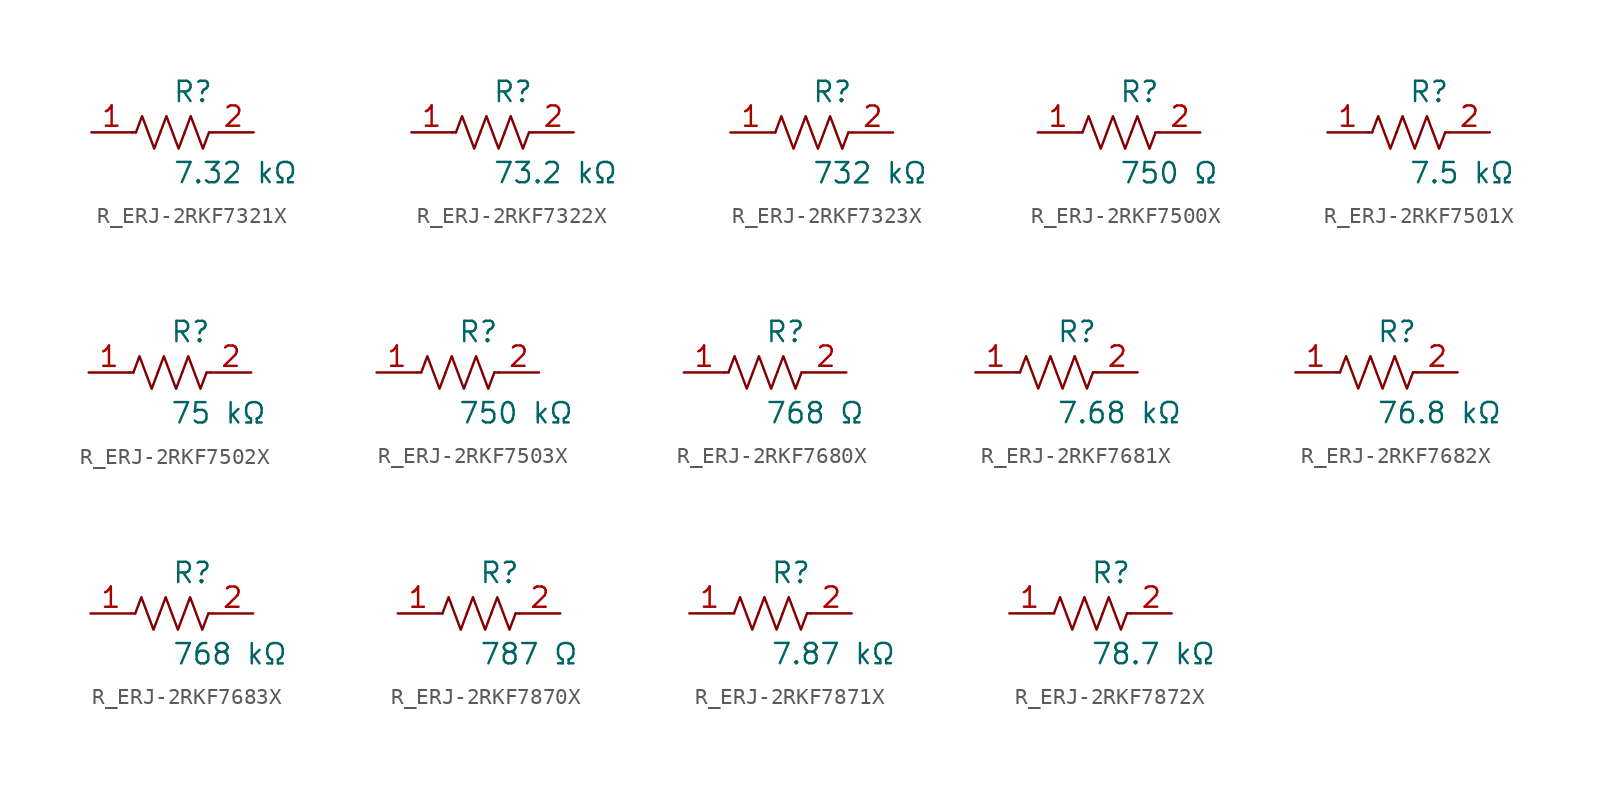
<source format=kicad_sym>
(kicad_symbol_lib
  (version 20231120)
  (generator kicad_symbol_editor)
  (generator_version 8.0)
  (symbol "R_ERJ-2RKF7321X"
    (pin_names
      (offset 0.254))
    (property "Reference" "R"
      (at 0 2.54 0)
      (effects (font (size 1.27 1.27)) (justify left)))
    (property "Value" "7.32 kΩ"
      (at 0 -2.54 0)
      (effects (font (size 1.27 1.27)) (justify left)))
    (symbol "R_ERJ-2RKF7321X_0_1"
      (polyline (pts (xy 2.286 0) (xy 2.54 0)) (stroke (width 0) (type default)) (fill (type none)))
      (polyline (pts (xy -2.286 0) (xy -2.54 0)) (stroke (width 0) (type default)) (fill (type none)))
      (polyline (pts (xy 0.762 0) (xy 1.143 1.016) (xy 1.524 0) (xy 1.905 -1.016) (xy 2.286 0)) (stroke (width 0) (type default)) (fill (type none)))
      (polyline (pts (xy -0.762 0) (xy -0.381 1.016) (xy 0 0) (xy 0.381 -1.016) (xy 0.762 0)) (stroke (width 0) (type default)) (fill (type none)))
      (polyline (pts (xy -2.286 0) (xy -1.905 1.016) (xy -1.524 0) (xy -1.143 -1.016) (xy -0.762 0)) (stroke (width 0) (type default)) (fill (type none))))
    (pin passive line
      (at -5.08 0 0)
      (length 2.54)
      (name "" (effects (font (size 1.27 1.27))))
      (number "1" (effects (font (size 1.27 1.27)))))
    (pin passive line
      (at 5.08 0 180)
      (length 2.54)
      (name "" (effects (font (size 1.27 1.27))))
      (number "2" (effects (font (size 1.27 1.27))))))
  (symbol "R_ERJ-2RKF7322X"
    (pin_names
      (offset 0.254))
    (property "Reference" "R"
      (at 0 2.54 0)
      (effects (font (size 1.27 1.27)) (justify left)))
    (property "Value" "73.2 kΩ"
      (at 0 -2.54 0)
      (effects (font (size 1.27 1.27)) (justify left)))
    (symbol "R_ERJ-2RKF7322X_0_1"
      (polyline (pts (xy 2.286 0) (xy 2.54 0)) (stroke (width 0) (type default)) (fill (type none)))
      (polyline (pts (xy -2.286 0) (xy -2.54 0)) (stroke (width 0) (type default)) (fill (type none)))
      (polyline (pts (xy 0.762 0) (xy 1.143 1.016) (xy 1.524 0) (xy 1.905 -1.016) (xy 2.286 0)) (stroke (width 0) (type default)) (fill (type none)))
      (polyline (pts (xy -0.762 0) (xy -0.381 1.016) (xy 0 0) (xy 0.381 -1.016) (xy 0.762 0)) (stroke (width 0) (type default)) (fill (type none)))
      (polyline (pts (xy -2.286 0) (xy -1.905 1.016) (xy -1.524 0) (xy -1.143 -1.016) (xy -0.762 0)) (stroke (width 0) (type default)) (fill (type none))))
    (pin passive line
      (at -5.08 0 0)
      (length 2.54)
      (name "" (effects (font (size 1.27 1.27))))
      (number "1" (effects (font (size 1.27 1.27)))))
    (pin passive line
      (at 5.08 0 180)
      (length 2.54)
      (name "" (effects (font (size 1.27 1.27))))
      (number "2" (effects (font (size 1.27 1.27))))))
  (symbol "R_ERJ-2RKF7323X"
    (pin_names
      (offset 0.254))
    (property "Reference" "R"
      (at 0 2.54 0)
      (effects (font (size 1.27 1.27)) (justify left)))
    (property "Value" "732 kΩ"
      (at 0 -2.54 0)
      (effects (font (size 1.27 1.27)) (justify left)))
    (symbol "R_ERJ-2RKF7323X_0_1"
      (polyline (pts (xy 2.286 0) (xy 2.54 0)) (stroke (width 0) (type default)) (fill (type none)))
      (polyline (pts (xy -2.286 0) (xy -2.54 0)) (stroke (width 0) (type default)) (fill (type none)))
      (polyline (pts (xy 0.762 0) (xy 1.143 1.016) (xy 1.524 0) (xy 1.905 -1.016) (xy 2.286 0)) (stroke (width 0) (type default)) (fill (type none)))
      (polyline (pts (xy -0.762 0) (xy -0.381 1.016) (xy 0 0) (xy 0.381 -1.016) (xy 0.762 0)) (stroke (width 0) (type default)) (fill (type none)))
      (polyline (pts (xy -2.286 0) (xy -1.905 1.016) (xy -1.524 0) (xy -1.143 -1.016) (xy -0.762 0)) (stroke (width 0) (type default)) (fill (type none))))
    (pin passive line
      (at -5.08 0 0)
      (length 2.54)
      (name "" (effects (font (size 1.27 1.27))))
      (number "1" (effects (font (size 1.27 1.27)))))
    (pin passive line
      (at 5.08 0 180)
      (length 2.54)
      (name "" (effects (font (size 1.27 1.27))))
      (number "2" (effects (font (size 1.27 1.27))))))
  (symbol "R_ERJ-2RKF7500X"
    (pin_names
      (offset 0.254))
    (property "Reference" "R"
      (at 0 2.54 0)
      (effects (font (size 1.27 1.27)) (justify left)))
    (property "Value" "750 Ω"
      (at 0 -2.54 0)
      (effects (font (size 1.27 1.27)) (justify left)))
    (symbol "R_ERJ-2RKF7500X_0_1"
      (polyline (pts (xy 2.286 0) (xy 2.54 0)) (stroke (width 0) (type default)) (fill (type none)))
      (polyline (pts (xy -2.286 0) (xy -2.54 0)) (stroke (width 0) (type default)) (fill (type none)))
      (polyline (pts (xy 0.762 0) (xy 1.143 1.016) (xy 1.524 0) (xy 1.905 -1.016) (xy 2.286 0)) (stroke (width 0) (type default)) (fill (type none)))
      (polyline (pts (xy -0.762 0) (xy -0.381 1.016) (xy 0 0) (xy 0.381 -1.016) (xy 0.762 0)) (stroke (width 0) (type default)) (fill (type none)))
      (polyline (pts (xy -2.286 0) (xy -1.905 1.016) (xy -1.524 0) (xy -1.143 -1.016) (xy -0.762 0)) (stroke (width 0) (type default)) (fill (type none))))
    (pin passive line
      (at -5.08 0 0)
      (length 2.54)
      (name "" (effects (font (size 1.27 1.27))))
      (number "1" (effects (font (size 1.27 1.27)))))
    (pin passive line
      (at 5.08 0 180)
      (length 2.54)
      (name "" (effects (font (size 1.27 1.27))))
      (number "2" (effects (font (size 1.27 1.27))))))
  (symbol "R_ERJ-2RKF7501X"
    (pin_names
      (offset 0.254))
    (property "Reference" "R"
      (at 0 2.54 0)
      (effects (font (size 1.27 1.27)) (justify left)))
    (property "Value" "7.5 kΩ"
      (at 0 -2.54 0)
      (effects (font (size 1.27 1.27)) (justify left)))
    (symbol "R_ERJ-2RKF7501X_0_1"
      (polyline (pts (xy 2.286 0) (xy 2.54 0)) (stroke (width 0) (type default)) (fill (type none)))
      (polyline (pts (xy -2.286 0) (xy -2.54 0)) (stroke (width 0) (type default)) (fill (type none)))
      (polyline (pts (xy 0.762 0) (xy 1.143 1.016) (xy 1.524 0) (xy 1.905 -1.016) (xy 2.286 0)) (stroke (width 0) (type default)) (fill (type none)))
      (polyline (pts (xy -0.762 0) (xy -0.381 1.016) (xy 0 0) (xy 0.381 -1.016) (xy 0.762 0)) (stroke (width 0) (type default)) (fill (type none)))
      (polyline (pts (xy -2.286 0) (xy -1.905 1.016) (xy -1.524 0) (xy -1.143 -1.016) (xy -0.762 0)) (stroke (width 0) (type default)) (fill (type none))))
    (pin passive line
      (at -5.08 0 0)
      (length 2.54)
      (name "" (effects (font (size 1.27 1.27))))
      (number "1" (effects (font (size 1.27 1.27)))))
    (pin passive line
      (at 5.08 0 180)
      (length 2.54)
      (name "" (effects (font (size 1.27 1.27))))
      (number "2" (effects (font (size 1.27 1.27))))))
  (symbol "R_ERJ-2RKF7502X"
    (pin_names
      (offset 0.254))
    (property "Reference" "R"
      (at 0 2.54 0)
      (effects (font (size 1.27 1.27)) (justify left)))
    (property "Value" "75 kΩ"
      (at 0 -2.54 0)
      (effects (font (size 1.27 1.27)) (justify left)))
    (symbol "R_ERJ-2RKF7502X_0_1"
      (polyline (pts (xy 2.286 0) (xy 2.54 0)) (stroke (width 0) (type default)) (fill (type none)))
      (polyline (pts (xy -2.286 0) (xy -2.54 0)) (stroke (width 0) (type default)) (fill (type none)))
      (polyline (pts (xy 0.762 0) (xy 1.143 1.016) (xy 1.524 0) (xy 1.905 -1.016) (xy 2.286 0)) (stroke (width 0) (type default)) (fill (type none)))
      (polyline (pts (xy -0.762 0) (xy -0.381 1.016) (xy 0 0) (xy 0.381 -1.016) (xy 0.762 0)) (stroke (width 0) (type default)) (fill (type none)))
      (polyline (pts (xy -2.286 0) (xy -1.905 1.016) (xy -1.524 0) (xy -1.143 -1.016) (xy -0.762 0)) (stroke (width 0) (type default)) (fill (type none))))
    (pin passive line
      (at -5.08 0 0)
      (length 2.54)
      (name "" (effects (font (size 1.27 1.27))))
      (number "1" (effects (font (size 1.27 1.27)))))
    (pin passive line
      (at 5.08 0 180)
      (length 2.54)
      (name "" (effects (font (size 1.27 1.27))))
      (number "2" (effects (font (size 1.27 1.27))))))
  (symbol "R_ERJ-2RKF7503X"
    (pin_names
      (offset 0.254))
    (property "Reference" "R"
      (at 0 2.54 0)
      (effects (font (size 1.27 1.27)) (justify left)))
    (property "Value" "750 kΩ"
      (at 0 -2.54 0)
      (effects (font (size 1.27 1.27)) (justify left)))
    (symbol "R_ERJ-2RKF7503X_0_1"
      (polyline (pts (xy 2.286 0) (xy 2.54 0)) (stroke (width 0) (type default)) (fill (type none)))
      (polyline (pts (xy -2.286 0) (xy -2.54 0)) (stroke (width 0) (type default)) (fill (type none)))
      (polyline (pts (xy 0.762 0) (xy 1.143 1.016) (xy 1.524 0) (xy 1.905 -1.016) (xy 2.286 0)) (stroke (width 0) (type default)) (fill (type none)))
      (polyline (pts (xy -0.762 0) (xy -0.381 1.016) (xy 0 0) (xy 0.381 -1.016) (xy 0.762 0)) (stroke (width 0) (type default)) (fill (type none)))
      (polyline (pts (xy -2.286 0) (xy -1.905 1.016) (xy -1.524 0) (xy -1.143 -1.016) (xy -0.762 0)) (stroke (width 0) (type default)) (fill (type none))))
    (pin passive line
      (at -5.08 0 0)
      (length 2.54)
      (name "" (effects (font (size 1.27 1.27))))
      (number "1" (effects (font (size 1.27 1.27)))))
    (pin passive line
      (at 5.08 0 180)
      (length 2.54)
      (name "" (effects (font (size 1.27 1.27))))
      (number "2" (effects (font (size 1.27 1.27))))))
  (symbol "R_ERJ-2RKF7680X"
    (pin_names
      (offset 0.254))
    (property "Reference" "R"
      (at 0 2.54 0)
      (effects (font (size 1.27 1.27)) (justify left)))
    (property "Value" "768 Ω"
      (at 0 -2.54 0)
      (effects (font (size 1.27 1.27)) (justify left)))
    (symbol "R_ERJ-2RKF7680X_0_1"
      (polyline (pts (xy 2.286 0) (xy 2.54 0)) (stroke (width 0) (type default)) (fill (type none)))
      (polyline (pts (xy -2.286 0) (xy -2.54 0)) (stroke (width 0) (type default)) (fill (type none)))
      (polyline (pts (xy 0.762 0) (xy 1.143 1.016) (xy 1.524 0) (xy 1.905 -1.016) (xy 2.286 0)) (stroke (width 0) (type default)) (fill (type none)))
      (polyline (pts (xy -0.762 0) (xy -0.381 1.016) (xy 0 0) (xy 0.381 -1.016) (xy 0.762 0)) (stroke (width 0) (type default)) (fill (type none)))
      (polyline (pts (xy -2.286 0) (xy -1.905 1.016) (xy -1.524 0) (xy -1.143 -1.016) (xy -0.762 0)) (stroke (width 0) (type default)) (fill (type none))))
    (pin passive line
      (at -5.08 0 0)
      (length 2.54)
      (name "" (effects (font (size 1.27 1.27))))
      (number "1" (effects (font (size 1.27 1.27)))))
    (pin passive line
      (at 5.08 0 180)
      (length 2.54)
      (name "" (effects (font (size 1.27 1.27))))
      (number "2" (effects (font (size 1.27 1.27))))))
  (symbol "R_ERJ-2RKF7681X"
    (pin_names
      (offset 0.254))
    (property "Reference" "R"
      (at 0 2.54 0)
      (effects (font (size 1.27 1.27)) (justify left)))
    (property "Value" "7.68 kΩ"
      (at 0 -2.54 0)
      (effects (font (size 1.27 1.27)) (justify left)))
    (symbol "R_ERJ-2RKF7681X_0_1"
      (polyline (pts (xy 2.286 0) (xy 2.54 0)) (stroke (width 0) (type default)) (fill (type none)))
      (polyline (pts (xy -2.286 0) (xy -2.54 0)) (stroke (width 0) (type default)) (fill (type none)))
      (polyline (pts (xy 0.762 0) (xy 1.143 1.016) (xy 1.524 0) (xy 1.905 -1.016) (xy 2.286 0)) (stroke (width 0) (type default)) (fill (type none)))
      (polyline (pts (xy -0.762 0) (xy -0.381 1.016) (xy 0 0) (xy 0.381 -1.016) (xy 0.762 0)) (stroke (width 0) (type default)) (fill (type none)))
      (polyline (pts (xy -2.286 0) (xy -1.905 1.016) (xy -1.524 0) (xy -1.143 -1.016) (xy -0.762 0)) (stroke (width 0) (type default)) (fill (type none))))
    (pin passive line
      (at -5.08 0 0)
      (length 2.54)
      (name "" (effects (font (size 1.27 1.27))))
      (number "1" (effects (font (size 1.27 1.27)))))
    (pin passive line
      (at 5.08 0 180)
      (length 2.54)
      (name "" (effects (font (size 1.27 1.27))))
      (number "2" (effects (font (size 1.27 1.27))))))
  (symbol "R_ERJ-2RKF7682X"
    (pin_names
      (offset 0.254))
    (property "Reference" "R"
      (at 0 2.54 0)
      (effects (font (size 1.27 1.27)) (justify left)))
    (property "Value" "76.8 kΩ"
      (at 0 -2.54 0)
      (effects (font (size 1.27 1.27)) (justify left)))
    (symbol "R_ERJ-2RKF7682X_0_1"
      (polyline (pts (xy 2.286 0) (xy 2.54 0)) (stroke (width 0) (type default)) (fill (type none)))
      (polyline (pts (xy -2.286 0) (xy -2.54 0)) (stroke (width 0) (type default)) (fill (type none)))
      (polyline (pts (xy 0.762 0) (xy 1.143 1.016) (xy 1.524 0) (xy 1.905 -1.016) (xy 2.286 0)) (stroke (width 0) (type default)) (fill (type none)))
      (polyline (pts (xy -0.762 0) (xy -0.381 1.016) (xy 0 0) (xy 0.381 -1.016) (xy 0.762 0)) (stroke (width 0) (type default)) (fill (type none)))
      (polyline (pts (xy -2.286 0) (xy -1.905 1.016) (xy -1.524 0) (xy -1.143 -1.016) (xy -0.762 0)) (stroke (width 0) (type default)) (fill (type none))))
    (pin passive line
      (at -5.08 0 0)
      (length 2.54)
      (name "" (effects (font (size 1.27 1.27))))
      (number "1" (effects (font (size 1.27 1.27)))))
    (pin passive line
      (at 5.08 0 180)
      (length 2.54)
      (name "" (effects (font (size 1.27 1.27))))
      (number "2" (effects (font (size 1.27 1.27))))))
  (symbol "R_ERJ-2RKF7683X"
    (pin_names
      (offset 0.254))
    (property "Reference" "R"
      (at 0 2.54 0)
      (effects (font (size 1.27 1.27)) (justify left)))
    (property "Value" "768 kΩ"
      (at 0 -2.54 0)
      (effects (font (size 1.27 1.27)) (justify left)))
    (symbol "R_ERJ-2RKF7683X_0_1"
      (polyline (pts (xy 2.286 0) (xy 2.54 0)) (stroke (width 0) (type default)) (fill (type none)))
      (polyline (pts (xy -2.286 0) (xy -2.54 0)) (stroke (width 0) (type default)) (fill (type none)))
      (polyline (pts (xy 0.762 0) (xy 1.143 1.016) (xy 1.524 0) (xy 1.905 -1.016) (xy 2.286 0)) (stroke (width 0) (type default)) (fill (type none)))
      (polyline (pts (xy -0.762 0) (xy -0.381 1.016) (xy 0 0) (xy 0.381 -1.016) (xy 0.762 0)) (stroke (width 0) (type default)) (fill (type none)))
      (polyline (pts (xy -2.286 0) (xy -1.905 1.016) (xy -1.524 0) (xy -1.143 -1.016) (xy -0.762 0)) (stroke (width 0) (type default)) (fill (type none))))
    (pin passive line
      (at -5.08 0 0)
      (length 2.54)
      (name "" (effects (font (size 1.27 1.27))))
      (number "1" (effects (font (size 1.27 1.27)))))
    (pin passive line
      (at 5.08 0 180)
      (length 2.54)
      (name "" (effects (font (size 1.27 1.27))))
      (number "2" (effects (font (size 1.27 1.27))))))
  (symbol "R_ERJ-2RKF7870X"
    (pin_names
      (offset 0.254))
    (property "Reference" "R"
      (at 0 2.54 0)
      (effects (font (size 1.27 1.27)) (justify left)))
    (property "Value" "787 Ω"
      (at 0 -2.54 0)
      (effects (font (size 1.27 1.27)) (justify left)))
    (symbol "R_ERJ-2RKF7870X_0_1"
      (polyline (pts (xy 2.286 0) (xy 2.54 0)) (stroke (width 0) (type default)) (fill (type none)))
      (polyline (pts (xy -2.286 0) (xy -2.54 0)) (stroke (width 0) (type default)) (fill (type none)))
      (polyline (pts (xy 0.762 0) (xy 1.143 1.016) (xy 1.524 0) (xy 1.905 -1.016) (xy 2.286 0)) (stroke (width 0) (type default)) (fill (type none)))
      (polyline (pts (xy -0.762 0) (xy -0.381 1.016) (xy 0 0) (xy 0.381 -1.016) (xy 0.762 0)) (stroke (width 0) (type default)) (fill (type none)))
      (polyline (pts (xy -2.286 0) (xy -1.905 1.016) (xy -1.524 0) (xy -1.143 -1.016) (xy -0.762 0)) (stroke (width 0) (type default)) (fill (type none))))
    (pin passive line
      (at -5.08 0 0)
      (length 2.54)
      (name "" (effects (font (size 1.27 1.27))))
      (number "1" (effects (font (size 1.27 1.27)))))
    (pin passive line
      (at 5.08 0 180)
      (length 2.54)
      (name "" (effects (font (size 1.27 1.27))))
      (number "2" (effects (font (size 1.27 1.27))))))
  (symbol "R_ERJ-2RKF7871X"
    (pin_names
      (offset 0.254))
    (property "Reference" "R"
      (at 0 2.54 0)
      (effects (font (size 1.27 1.27)) (justify left)))
    (property "Value" "7.87 kΩ"
      (at 0 -2.54 0)
      (effects (font (size 1.27 1.27)) (justify left)))
    (symbol "R_ERJ-2RKF7871X_0_1"
      (polyline (pts (xy 2.286 0) (xy 2.54 0)) (stroke (width 0) (type default)) (fill (type none)))
      (polyline (pts (xy -2.286 0) (xy -2.54 0)) (stroke (width 0) (type default)) (fill (type none)))
      (polyline (pts (xy 0.762 0) (xy 1.143 1.016) (xy 1.524 0) (xy 1.905 -1.016) (xy 2.286 0)) (stroke (width 0) (type default)) (fill (type none)))
      (polyline (pts (xy -0.762 0) (xy -0.381 1.016) (xy 0 0) (xy 0.381 -1.016) (xy 0.762 0)) (stroke (width 0) (type default)) (fill (type none)))
      (polyline (pts (xy -2.286 0) (xy -1.905 1.016) (xy -1.524 0) (xy -1.143 -1.016) (xy -0.762 0)) (stroke (width 0) (type default)) (fill (type none))))
    (pin passive line
      (at -5.08 0 0)
      (length 2.54)
      (name "" (effects (font (size 1.27 1.27))))
      (number "1" (effects (font (size 1.27 1.27)))))
    (pin passive line
      (at 5.08 0 180)
      (length 2.54)
      (name "" (effects (font (size 1.27 1.27))))
      (number "2" (effects (font (size 1.27 1.27))))))
  (symbol "R_ERJ-2RKF7872X"
    (pin_names
      (offset 0.254))
    (property "Reference" "R"
      (at 0 2.54 0)
      (effects (font (size 1.27 1.27)) (justify left)))
    (property "Value" "78.7 kΩ"
      (at 0 -2.54 0)
      (effects (font (size 1.27 1.27)) (justify left)))
    (symbol "R_ERJ-2RKF7872X_0_1"
      (polyline (pts (xy 2.286 0) (xy 2.54 0)) (stroke (width 0) (type default)) (fill (type none)))
      (polyline (pts (xy -2.286 0) (xy -2.54 0)) (stroke (width 0) (type default)) (fill (type none)))
      (polyline (pts (xy 0.762 0) (xy 1.143 1.016) (xy 1.524 0) (xy 1.905 -1.016) (xy 2.286 0)) (stroke (width 0) (type default)) (fill (type none)))
      (polyline (pts (xy -0.762 0) (xy -0.381 1.016) (xy 0 0) (xy 0.381 -1.016) (xy 0.762 0)) (stroke (width 0) (type default)) (fill (type none)))
      (polyline (pts (xy -2.286 0) (xy -1.905 1.016) (xy -1.524 0) (xy -1.143 -1.016) (xy -0.762 0)) (stroke (width 0) (type default)) (fill (type none))))
    (pin passive line
      (at -5.08 0 0)
      (length 2.54)
      (name "" (effects (font (size 1.27 1.27))))
      (number "1" (effects (font (size 1.27 1.27)))))
    (pin passive line
      (at 5.08 0 180)
      (length 2.54)
      (name "" (effects (font (size 1.27 1.27))))
      (number "2" (effects (font (size 1.27 1.27)))))))
</source>
